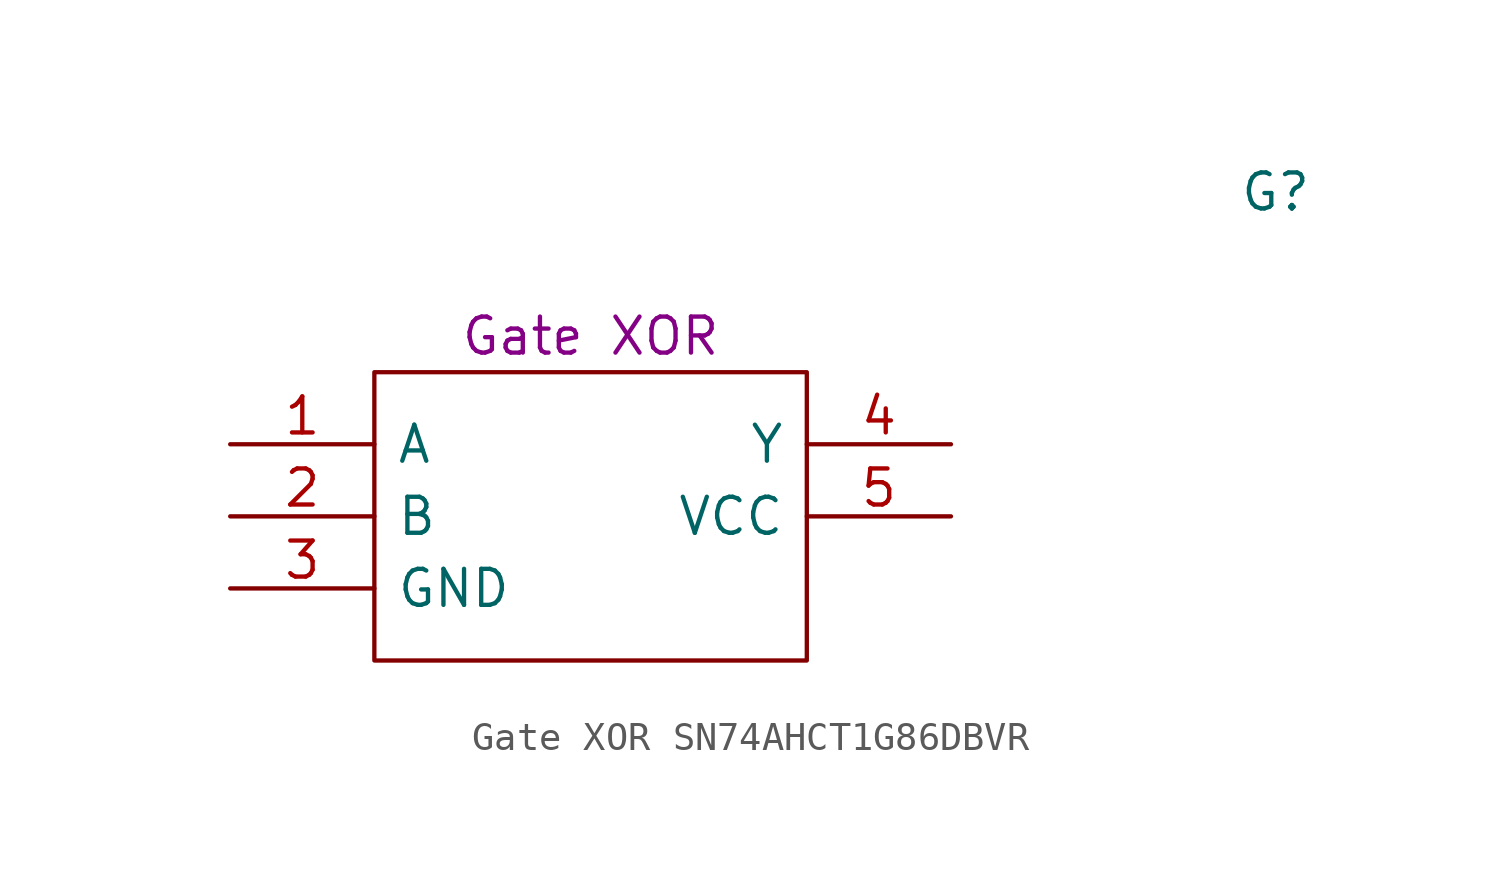
<source format=kicad_sym>
(kicad_symbol_lib
  (version 20220914)
  (generator kicad_symbol_editor)
  (symbol "Gate XOR SN74AHCT1G86DBVR"
    (pin_names
      (offset 0.762))
    (property "Reference" "G"
      (at 35.56 8.89 0)
      (effects (font (size 1.27 1.27)) (justify left)))
    (property "Render Name" "Gate XOR"
      (at 12.7 3.81 0)
      (effects (font (size 1.27 1.27))))
    (symbol "Gate XOR SN74AHCT1G86DBVR_0_0"
      (pin passive line (at 0 0 0) (length 5.08) (name "A" (effects (font (size 1.27 1.27)))) (number "1" (effects (font (size 1.27 1.27)))))
      (pin passive line (at 0 -2.54 0) (length 5.08) (name "B" (effects (font (size 1.27 1.27)))) (number "2" (effects (font (size 1.27 1.27)))))
      (pin passive line (at 0 -5.08 0) (length 5.08) (name "GND" (effects (font (size 1.27 1.27)))) (number "3" (effects (font (size 1.27 1.27)))))
      (pin passive line (at 25.4 0 180) (length 5.08) (name "Y" (effects (font (size 1.27 1.27)))) (number "4" (effects (font (size 1.27 1.27)))))
      (pin passive line (at 25.4 -2.54 180) (length 5.08) (name "VCC" (effects (font (size 1.27 1.27)))) (number "5" (effects (font (size 1.27 1.27))))))
    (symbol "Gate XOR SN74AHCT1G86DBVR_0_1"
      (polyline (pts (xy 5.08 2.54) (xy 20.32 2.54) (xy 20.32 -7.62) (xy 5.08 -7.62) (xy 5.08 2.54)) (stroke (width 0.152) (type default)) (fill (type none))))))
</source>
